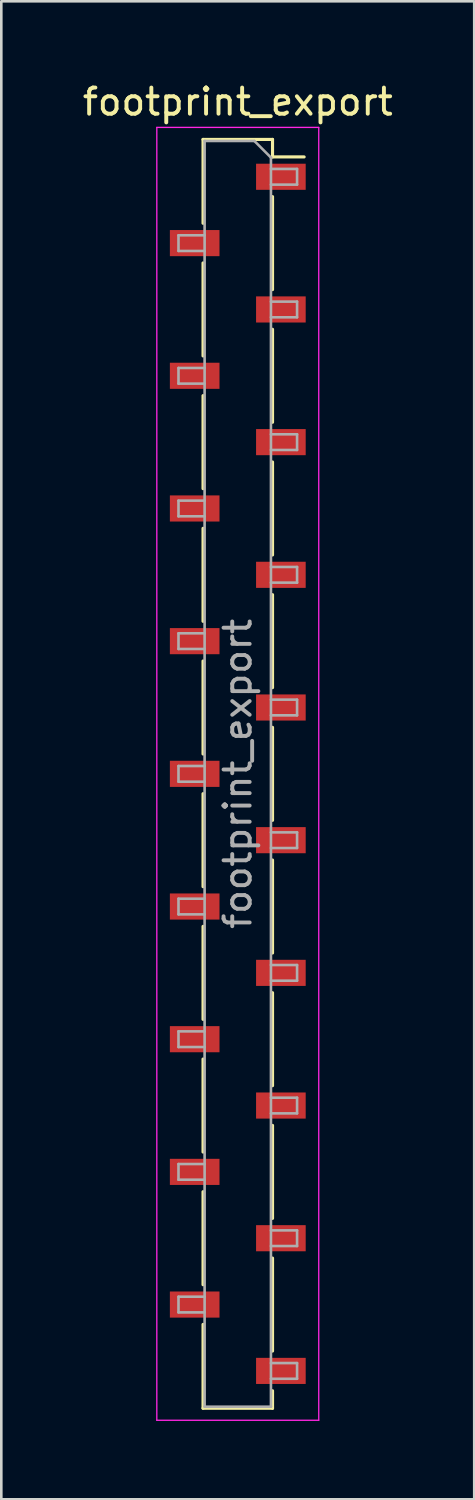
<source format=kicad_pcb>
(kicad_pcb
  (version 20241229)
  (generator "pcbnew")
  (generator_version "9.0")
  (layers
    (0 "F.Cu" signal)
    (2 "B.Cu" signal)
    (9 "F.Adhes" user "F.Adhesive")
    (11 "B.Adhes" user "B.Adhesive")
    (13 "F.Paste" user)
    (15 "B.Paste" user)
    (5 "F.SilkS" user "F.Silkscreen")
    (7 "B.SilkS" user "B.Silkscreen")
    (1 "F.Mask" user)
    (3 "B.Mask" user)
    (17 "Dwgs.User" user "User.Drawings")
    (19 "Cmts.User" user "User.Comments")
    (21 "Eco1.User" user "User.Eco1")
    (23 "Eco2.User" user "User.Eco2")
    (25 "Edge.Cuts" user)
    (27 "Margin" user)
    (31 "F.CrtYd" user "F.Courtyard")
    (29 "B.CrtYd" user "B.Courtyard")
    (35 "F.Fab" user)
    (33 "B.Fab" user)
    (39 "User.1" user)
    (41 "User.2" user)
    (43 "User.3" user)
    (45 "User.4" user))
  (footprint "footprint_export"
    (layer "F.Cu")
    (at 6.054 26.578)
    (property "Reference" "footprint_export" (at 0 -25.73 0) (layer "F.SilkS") (effects (font (size 1 1) (thickness 0.15))))
    (attr smd)
    (fp_line (start -1.33 -24.29) (end -1.33 -21.08) (stroke (width 0.12) (type solid)) (layer "F.SilkS"))
    (fp_line (start -1.33 -24.29) (end 1.33 -24.29) (stroke (width 0.12) (type solid)) (layer "F.SilkS"))
    (fp_line (start -1.33 -19.56) (end -1.33 -16) (stroke (width 0.12) (type solid)) (layer "F.SilkS"))
    (fp_line (start -1.33 -14.48) (end -1.33 -10.92) (stroke (width 0.12) (type solid)) (layer "F.SilkS"))
    (fp_line (start -1.33 -9.4) (end -1.33 -5.84) (stroke (width 0.12) (type solid)) (layer "F.SilkS"))
    (fp_line (start -1.33 -4.32) (end -1.33 -0.76) (stroke (width 0.12) (type solid)) (layer "F.SilkS"))
    (fp_line (start -1.33 0.76) (end -1.33 4.32) (stroke (width 0.12) (type solid)) (layer "F.SilkS"))
    (fp_line (start -1.33 5.84) (end -1.33 9.4) (stroke (width 0.12) (type solid)) (layer "F.SilkS"))
    (fp_line (start -1.33 10.92) (end -1.33 14.48) (stroke (width 0.12) (type solid)) (layer "F.SilkS"))
    (fp_line (start -1.33 16) (end -1.33 19.56) (stroke (width 0.12) (type solid)) (layer "F.SilkS"))
    (fp_line (start -1.33 21.08) (end -1.33 24.29) (stroke (width 0.12) (type solid)) (layer "F.SilkS"))
    (fp_line (start -1.33 24.29) (end 1.33 24.29) (stroke (width 0.12) (type solid)) (layer "F.SilkS"))
    (fp_line (start 1.33 -24.29) (end 1.33 -23.62) (stroke (width 0.12) (type solid)) (layer "F.SilkS"))
    (fp_line (start 1.33 -23.62) (end 2.54 -23.62) (stroke (width 0.12) (type solid)) (layer "F.SilkS"))
    (fp_line (start 1.33 -22.1) (end 1.33 -18.54) (stroke (width 0.12) (type solid)) (layer "F.SilkS"))
    (fp_line (start 1.33 -17.02) (end 1.33 -13.46) (stroke (width 0.12) (type solid)) (layer "F.SilkS"))
    (fp_line (start 1.33 -11.94) (end 1.33 -8.38) (stroke (width 0.12) (type solid)) (layer "F.SilkS"))
    (fp_line (start 1.33 -6.86) (end 1.33 -3.3) (stroke (width 0.12) (type solid)) (layer "F.SilkS"))
    (fp_line (start 1.33 -1.78) (end 1.33 1.78) (stroke (width 0.12) (type solid)) (layer "F.SilkS"))
    (fp_line (start 1.33 3.3) (end 1.33 6.86) (stroke (width 0.12) (type solid)) (layer "F.SilkS"))
    (fp_line (start 1.33 8.38) (end 1.33 11.94) (stroke (width 0.12) (type solid)) (layer "F.SilkS"))
    (fp_line (start 1.33 13.46) (end 1.33 17.02) (stroke (width 0.12) (type solid)) (layer "F.SilkS"))
    (fp_line (start 1.33 18.54) (end 1.33 22.1) (stroke (width 0.12) (type solid)) (layer "F.SilkS"))
    (fp_line (start 1.33 23.62) (end 1.33 24.29) (stroke (width 0.12) (type solid)) (layer "F.SilkS"))
    (fp_line (start -3.1 -24.75) (end 3.1 -24.75) (stroke (width 0.05) (type solid)) (layer "F.CrtYd"))
    (fp_line (start -3.1 24.75) (end -3.1 -24.75) (stroke (width 0.05) (type solid)) (layer "F.CrtYd"))
    (fp_line (start 3.1 -24.75) (end 3.1 24.75) (stroke (width 0.05) (type solid)) (layer "F.CrtYd"))
    (fp_line (start 3.1 24.75) (end -3.1 24.75) (stroke (width 0.05) (type solid)) (layer "F.CrtYd"))
    (fp_line (start -2.27 -20.62) (end -1.27 -20.62) (stroke (width 0.1) (type solid)) (layer "F.Fab"))
    (fp_line (start -2.27 -20.02) (end -2.27 -20.62) (stroke (width 0.1) (type solid)) (layer "F.Fab"))
    (fp_line (start -2.27 -15.54) (end -1.27 -15.54) (stroke (width 0.1) (type solid)) (layer "F.Fab"))
    (fp_line (start -2.27 -14.94) (end -2.27 -15.54) (stroke (width 0.1) (type solid)) (layer "F.Fab"))
    (fp_line (start -2.27 -10.46) (end -1.27 -10.46) (stroke (width 0.1) (type solid)) (layer "F.Fab"))
    (fp_line (start -2.27 -9.86) (end -2.27 -10.46) (stroke (width 0.1) (type solid)) (layer "F.Fab"))
    (fp_line (start -2.27 -5.38) (end -1.27 -5.38) (stroke (width 0.1) (type solid)) (layer "F.Fab"))
    (fp_line (start -2.27 -4.78) (end -2.27 -5.38) (stroke (width 0.1) (type solid)) (layer "F.Fab"))
    (fp_line (start -2.27 -0.3) (end -1.27 -0.3) (stroke (width 0.1) (type solid)) (layer "F.Fab"))
    (fp_line (start -2.27 0.3) (end -2.27 -0.3) (stroke (width 0.1) (type solid)) (layer "F.Fab"))
    (fp_line (start -2.27 4.78) (end -1.27 4.78) (stroke (width 0.1) (type solid)) (layer "F.Fab"))
    (fp_line (start -2.27 5.38) (end -2.27 4.78) (stroke (width 0.1) (type solid)) (layer "F.Fab"))
    (fp_line (start -2.27 9.86) (end -1.27 9.86) (stroke (width 0.1) (type solid)) (layer "F.Fab"))
    (fp_line (start -2.27 10.46) (end -2.27 9.86) (stroke (width 0.1) (type solid)) (layer "F.Fab"))
    (fp_line (start -2.27 14.94) (end -1.27 14.94) (stroke (width 0.1) (type solid)) (layer "F.Fab"))
    (fp_line (start -2.27 15.54) (end -2.27 14.94) (stroke (width 0.1) (type solid)) (layer "F.Fab"))
    (fp_line (start -2.27 20.02) (end -1.27 20.02) (stroke (width 0.1) (type solid)) (layer "F.Fab"))
    (fp_line (start -2.27 20.62) (end -2.27 20.02) (stroke (width 0.1) (type solid)) (layer "F.Fab"))
    (fp_line (start -1.27 -24.23) (end 0.635 -24.23) (stroke (width 0.1) (type solid)) (layer "F.Fab"))
    (fp_line (start -1.27 -20.02) (end -2.27 -20.02) (stroke (width 0.1) (type solid)) (layer "F.Fab"))
    (fp_line (start -1.27 -14.94) (end -2.27 -14.94) (stroke (width 0.1) (type solid)) (layer "F.Fab"))
    (fp_line (start -1.27 -9.86) (end -2.27 -9.86) (stroke (width 0.1) (type solid)) (layer "F.Fab"))
    (fp_line (start -1.27 -4.78) (end -2.27 -4.78) (stroke (width 0.1) (type solid)) (layer "F.Fab"))
    (fp_line (start -1.27 0.3) (end -2.27 0.3) (stroke (width 0.1) (type solid)) (layer "F.Fab"))
    (fp_line (start -1.27 5.38) (end -2.27 5.38) (stroke (width 0.1) (type solid)) (layer "F.Fab"))
    (fp_line (start -1.27 10.46) (end -2.27 10.46) (stroke (width 0.1) (type solid)) (layer "F.Fab"))
    (fp_line (start -1.27 15.54) (end -2.27 15.54) (stroke (width 0.1) (type solid)) (layer "F.Fab"))
    (fp_line (start -1.27 20.62) (end -2.27 20.62) (stroke (width 0.1) (type solid)) (layer "F.Fab"))
    (fp_line (start -1.27 24.23) (end -1.27 -24.23) (stroke (width 0.1) (type solid)) (layer "F.Fab"))
    (fp_line (start 0.635 -24.23) (end 1.27 -23.595) (stroke (width 0.1) (type solid)) (layer "F.Fab"))
    (fp_line (start 1.27 -23.595) (end 1.27 24.23) (stroke (width 0.1) (type solid)) (layer "F.Fab"))
    (fp_line (start 1.27 -23.16) (end 2.27 -23.16) (stroke (width 0.1) (type solid)) (layer "F.Fab"))
    (fp_line (start 1.27 -18.08) (end 2.27 -18.08) (stroke (width 0.1) (type solid)) (layer "F.Fab"))
    (fp_line (start 1.27 -13) (end 2.27 -13) (stroke (width 0.1) (type solid)) (layer "F.Fab"))
    (fp_line (start 1.27 -7.92) (end 2.27 -7.92) (stroke (width 0.1) (type solid)) (layer "F.Fab"))
    (fp_line (start 1.27 -2.84) (end 2.27 -2.84) (stroke (width 0.1) (type solid)) (layer "F.Fab"))
    (fp_line (start 1.27 2.24) (end 2.27 2.24) (stroke (width 0.1) (type solid)) (layer "F.Fab"))
    (fp_line (start 1.27 7.32) (end 2.27 7.32) (stroke (width 0.1) (type solid)) (layer "F.Fab"))
    (fp_line (start 1.27 12.4) (end 2.27 12.4) (stroke (width 0.1) (type solid)) (layer "F.Fab"))
    (fp_line (start 1.27 17.48) (end 2.27 17.48) (stroke (width 0.1) (type solid)) (layer "F.Fab"))
    (fp_line (start 1.27 22.56) (end 2.27 22.56) (stroke (width 0.1) (type solid)) (layer "F.Fab"))
    (fp_line (start 1.27 24.23) (end -1.27 24.23) (stroke (width 0.1) (type solid)) (layer "F.Fab"))
    (fp_line (start 2.27 -23.16) (end 2.27 -22.56) (stroke (width 0.1) (type solid)) (layer "F.Fab"))
    (fp_line (start 2.27 -22.56) (end 1.27 -22.56) (stroke (width 0.1) (type solid)) (layer "F.Fab"))
    (fp_line (start 2.27 -18.08) (end 2.27 -17.48) (stroke (width 0.1) (type solid)) (layer "F.Fab"))
    (fp_line (start 2.27 -17.48) (end 1.27 -17.48) (stroke (width 0.1) (type solid)) (layer "F.Fab"))
    (fp_line (start 2.27 -13) (end 2.27 -12.4) (stroke (width 0.1) (type solid)) (layer "F.Fab"))
    (fp_line (start 2.27 -12.4) (end 1.27 -12.4) (stroke (width 0.1) (type solid)) (layer "F.Fab"))
    (fp_line (start 2.27 -7.92) (end 2.27 -7.32) (stroke (width 0.1) (type solid)) (layer "F.Fab"))
    (fp_line (start 2.27 -7.32) (end 1.27 -7.32) (stroke (width 0.1) (type solid)) (layer "F.Fab"))
    (fp_line (start 2.27 -2.84) (end 2.27 -2.24) (stroke (width 0.1) (type solid)) (layer "F.Fab"))
    (fp_line (start 2.27 -2.24) (end 1.27 -2.24) (stroke (width 0.1) (type solid)) (layer "F.Fab"))
    (fp_line (start 2.27 2.24) (end 2.27 2.84) (stroke (width 0.1) (type solid)) (layer "F.Fab"))
    (fp_line (start 2.27 2.84) (end 1.27 2.84) (stroke (width 0.1) (type solid)) (layer "F.Fab"))
    (fp_line (start 2.27 7.32) (end 2.27 7.92) (stroke (width 0.1) (type solid)) (layer "F.Fab"))
    (fp_line (start 2.27 7.92) (end 1.27 7.92) (stroke (width 0.1) (type solid)) (layer "F.Fab"))
    (fp_line (start 2.27 12.4) (end 2.27 13) (stroke (width 0.1) (type solid)) (layer "F.Fab"))
    (fp_line (start 2.27 13) (end 1.27 13) (stroke (width 0.1) (type solid)) (layer "F.Fab"))
    (fp_line (start 2.27 17.48) (end 2.27 18.08) (stroke (width 0.1) (type solid)) (layer "F.Fab"))
    (fp_line (start 2.27 18.08) (end 1.27 18.08) (stroke (width 0.1) (type solid)) (layer "F.Fab"))
    (fp_line (start 2.27 22.56) (end 2.27 23.16) (stroke (width 0.1) (type solid)) (layer "F.Fab"))
    (fp_line (start 2.27 23.16) (end 1.27 23.16) (stroke (width 0.1) (type solid)) (layer "F.Fab"))
    (fp_text user "${REFERENCE}" (at 0 0 90) (layer "F.Fab") (effects (font (size 1 1) (thickness 0.15))))
    (pad "1" smd rect (at 1.65 -22.86) (size 1.9 1) (layers "F.Cu" "F.Mask" "F.Paste"))
    (pad "2" smd rect (at -1.65 -20.32) (size 1.9 1) (layers "F.Cu" "F.Mask" "F.Paste"))
    (pad "3" smd rect (at 1.65 -17.78) (size 1.9 1) (layers "F.Cu" "F.Mask" "F.Paste"))
    (pad "4" smd rect (at -1.65 -15.24) (size 1.9 1) (layers "F.Cu" "F.Mask" "F.Paste"))
    (pad "5" smd rect (at 1.65 -12.7) (size 1.9 1) (layers "F.Cu" "F.Mask" "F.Paste"))
    (pad "6" smd rect (at -1.65 -10.16) (size 1.9 1) (layers "F.Cu" "F.Mask" "F.Paste"))
    (pad "7" smd rect (at 1.65 -7.62) (size 1.9 1) (layers "F.Cu" "F.Mask" "F.Paste"))
    (pad "8" smd rect (at -1.65 -5.08) (size 1.9 1) (layers "F.Cu" "F.Mask" "F.Paste"))
    (pad "9" smd rect (at 1.65 -2.54) (size 1.9 1) (layers "F.Cu" "F.Mask" "F.Paste"))
    (pad "10" smd rect (at -1.65 0) (size 1.9 1) (layers "F.Cu" "F.Mask" "F.Paste"))
    (pad "11" smd rect (at 1.65 2.54) (size 1.9 1) (layers "F.Cu" "F.Mask" "F.Paste"))
    (pad "12" smd rect (at -1.65 5.08) (size 1.9 1) (layers "F.Cu" "F.Mask" "F.Paste"))
    (pad "13" smd rect (at 1.65 7.62) (size 1.9 1) (layers "F.Cu" "F.Mask" "F.Paste"))
    (pad "14" smd rect (at -1.65 10.16) (size 1.9 1) (layers "F.Cu" "F.Mask" "F.Paste"))
    (pad "15" smd rect (at 1.65 12.7) (size 1.9 1) (layers "F.Cu" "F.Mask" "F.Paste"))
    (pad "16" smd rect (at -1.65 15.24) (size 1.9 1) (layers "F.Cu" "F.Mask" "F.Paste"))
    (pad "17" smd rect (at 1.65 17.78) (size 1.9 1) (layers "F.Cu" "F.Mask" "F.Paste"))
    (pad "18" smd rect (at -1.65 20.32) (size 1.9 1) (layers "F.Cu" "F.Mask" "F.Paste"))
    (pad "19" smd rect (at 1.65 22.86) (size 1.9 1) (layers "F.Cu" "F.Mask" "F.Paste")))
  (gr_rect
    (start -3 -3)
    (end 15.107 54.353)
    (stroke (width 0.1) (type default))
    (fill no)
    (layer "Edge.Cuts")))
</source>
